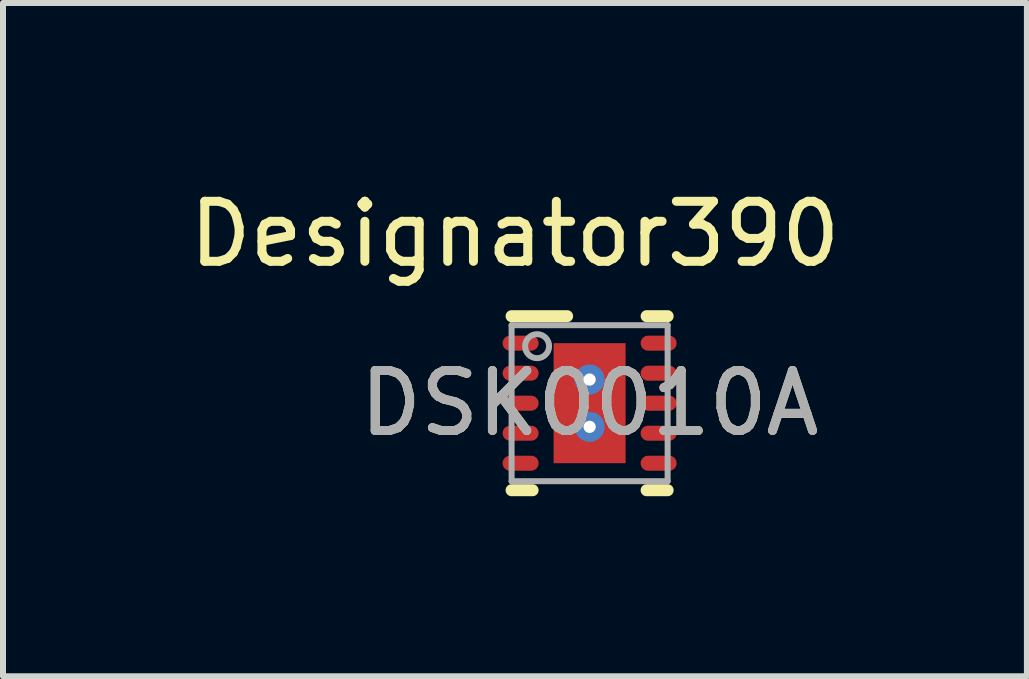
<source format=kicad_pcb>
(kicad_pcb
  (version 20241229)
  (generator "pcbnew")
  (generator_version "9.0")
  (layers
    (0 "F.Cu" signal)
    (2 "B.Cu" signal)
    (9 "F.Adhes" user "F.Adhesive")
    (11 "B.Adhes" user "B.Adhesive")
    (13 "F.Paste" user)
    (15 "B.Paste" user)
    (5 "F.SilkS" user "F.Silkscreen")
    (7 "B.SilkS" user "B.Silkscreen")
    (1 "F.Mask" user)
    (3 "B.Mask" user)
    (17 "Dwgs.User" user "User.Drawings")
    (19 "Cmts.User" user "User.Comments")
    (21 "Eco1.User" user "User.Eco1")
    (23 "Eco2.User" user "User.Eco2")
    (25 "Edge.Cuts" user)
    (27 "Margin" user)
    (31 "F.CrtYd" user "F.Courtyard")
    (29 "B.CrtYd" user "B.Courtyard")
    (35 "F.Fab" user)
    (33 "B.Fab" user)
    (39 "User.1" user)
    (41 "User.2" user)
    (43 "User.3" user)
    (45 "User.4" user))
  (footprint "DSK0010A"
    (layer "F.Cu")
    (at 6.774 3.668)
    (property "Reference" "DSK0010A" (at 0 0 0) (unlocked yes) (layer "F.SilkS") (effects (font (size 1 1) (thickness 0.15))))
    (attr smd)
    (fp_poly (pts (xy -0.663 -0.594) (xy -0.663 -1.064) (xy 0.663 -1.064) (xy 0.663 -0.594)) (stroke (width 0) (type solid)) (fill yes) (layer "F.Mask"))
    (fp_poly (pts (xy -0.663 0.194) (xy -0.663 -0.194) (xy 0.663 -0.194) (xy 0.663 0.194)) (stroke (width 0) (type solid)) (fill yes) (layer "F.Mask"))
    (fp_poly (pts (xy -0.663 1.064) (xy -0.663 -1.064) (xy -0.2 -1.064) (xy -0.2 1.064)) (stroke (width 0) (type solid)) (fill yes) (layer "F.Mask"))
    (fp_poly (pts (xy -0.663 1.064) (xy -0.663 0.594) (xy 0.663 0.594) (xy 0.663 1.064)) (stroke (width 0) (type solid)) (fill yes) (layer "F.Mask"))
    (fp_poly (pts (xy 0.2 1.064) (xy 0.2 -1.064) (xy 0.663 -1.064) (xy 0.663 1.064)) (stroke (width 0) (type solid)) (fill yes) (layer "F.Mask"))
    (fp_line (start -1.3 -1.45) (end -0.375 -1.45) (stroke (width 0.2) (type solid)) (layer "F.SilkS"))
    (fp_line (start -1.3 1.45) (end -0.95 1.45) (stroke (width 0.2) (type solid)) (layer "F.SilkS"))
    (fp_line (start 0.95 -1.45) (end 1.3 -1.45) (stroke (width 0.2) (type solid)) (layer "F.SilkS"))
    (fp_line (start 0.95 1.45) (end 1.3 1.45) (stroke (width 0.2) (type solid)) (layer "F.SilkS"))
    (fp_poly (pts (xy -0.563 0.894) (xy 0.563 0.894) (xy 0.563 -0.895) (xy -0.563 -0.895)) (stroke (width 0) (type solid)) (fill yes) (layer "F.Paste"))
    (fp_line (start -1.3 -1.3) (end 1.3 -1.3) (stroke (width 0.1) (type solid)) (layer "F.Fab"))
    (fp_line (start -1.3 1.3) (end -1.3 -1.3) (stroke (width 0.1) (type solid)) (layer "F.Fab"))
    (fp_line (start -1.3 1.3) (end 1.3 1.3) (stroke (width 0.1) (type solid)) (layer "F.Fab"))
    (fp_line (start 1.3 1.3) (end 1.3 -1.3) (stroke (width 0.1) (type solid)) (layer "F.Fab"))
    (fp_circle (center -0.875 -0.95) (end -0.675 -0.95) (stroke (width 0.1) (type solid)) (fill no) (layer "F.Fab"))
    (fp_text user "Designator390" (at -1.245 -2.819 0) (unlocked yes) (layer "F.SilkS") (effects (font (size 1 1) (thickness 0.15))))
    (fp_text user "${REFERENCE}" (at 0 0 0) (unlocked yes) (layer "F.Fab") (effects (font (size 1 1) (thickness 0.15))))
    (pad "1" smd oval (at -1.15 -1 90) (size 0.25 0.6) (layers "F.Cu" "F.Mask" "F.Paste"))
    (pad "2" smd oval (at -1.15 -0.5 90) (size 0.25 0.6) (layers "F.Cu" "F.Mask" "F.Paste"))
    (pad "3" smd oval (at -1.15 -0.000003 90) (size 0.25 0.6) (layers "F.Cu" "F.Mask" "F.Paste"))
    (pad "4" smd oval (at -1.15 0.5 90) (size 0.25 0.6) (layers "F.Cu" "F.Mask" "F.Paste"))
    (pad "5" smd oval (at -1.15 1 90) (size 0.25 0.6) (layers "F.Cu" "F.Mask" "F.Paste"))
    (pad "6" smd oval (at 1.15 1 90) (size 0.25 0.6) (layers "F.Cu" "F.Mask" "F.Paste"))
    (pad "7" smd oval (at 1.15 0.5 90) (size 0.25 0.6) (layers "F.Cu" "F.Mask" "F.Paste"))
    (pad "8" smd oval (at 1.15 -0.000003 90) (size 0.25 0.6) (layers "F.Cu" "F.Mask" "F.Paste"))
    (pad "9" smd oval (at 1.15 -0.5 90) (size 0.25 0.6) (layers "F.Cu" "F.Mask" "F.Paste"))
    (pad "10" smd oval (at 1.15 -1 90) (size 0.25 0.6) (layers "F.Cu" "F.Mask" "F.Paste"))
    (pad "11" smd rect (at 0 0) (size 1.2 2) (layers "F.Cu" "F.Mask" "F.Paste"))
    (pad "V" thru_hole circle (at 0 -0.394) (size 0.5 0.5) (drill 0.203) (layers "*.Cu" "*.Mask"))
    (pad "V" thru_hole circle (at 0 0.394) (size 0.5 0.5) (drill 0.203) (layers "*.Cu" "*.Mask")))
  (gr_rect
    (start -3 -3)
    (end 14.06 8.218)
    (stroke (width 0.1) (type default))
    (fill no)
    (layer "Edge.Cuts")))
</source>
